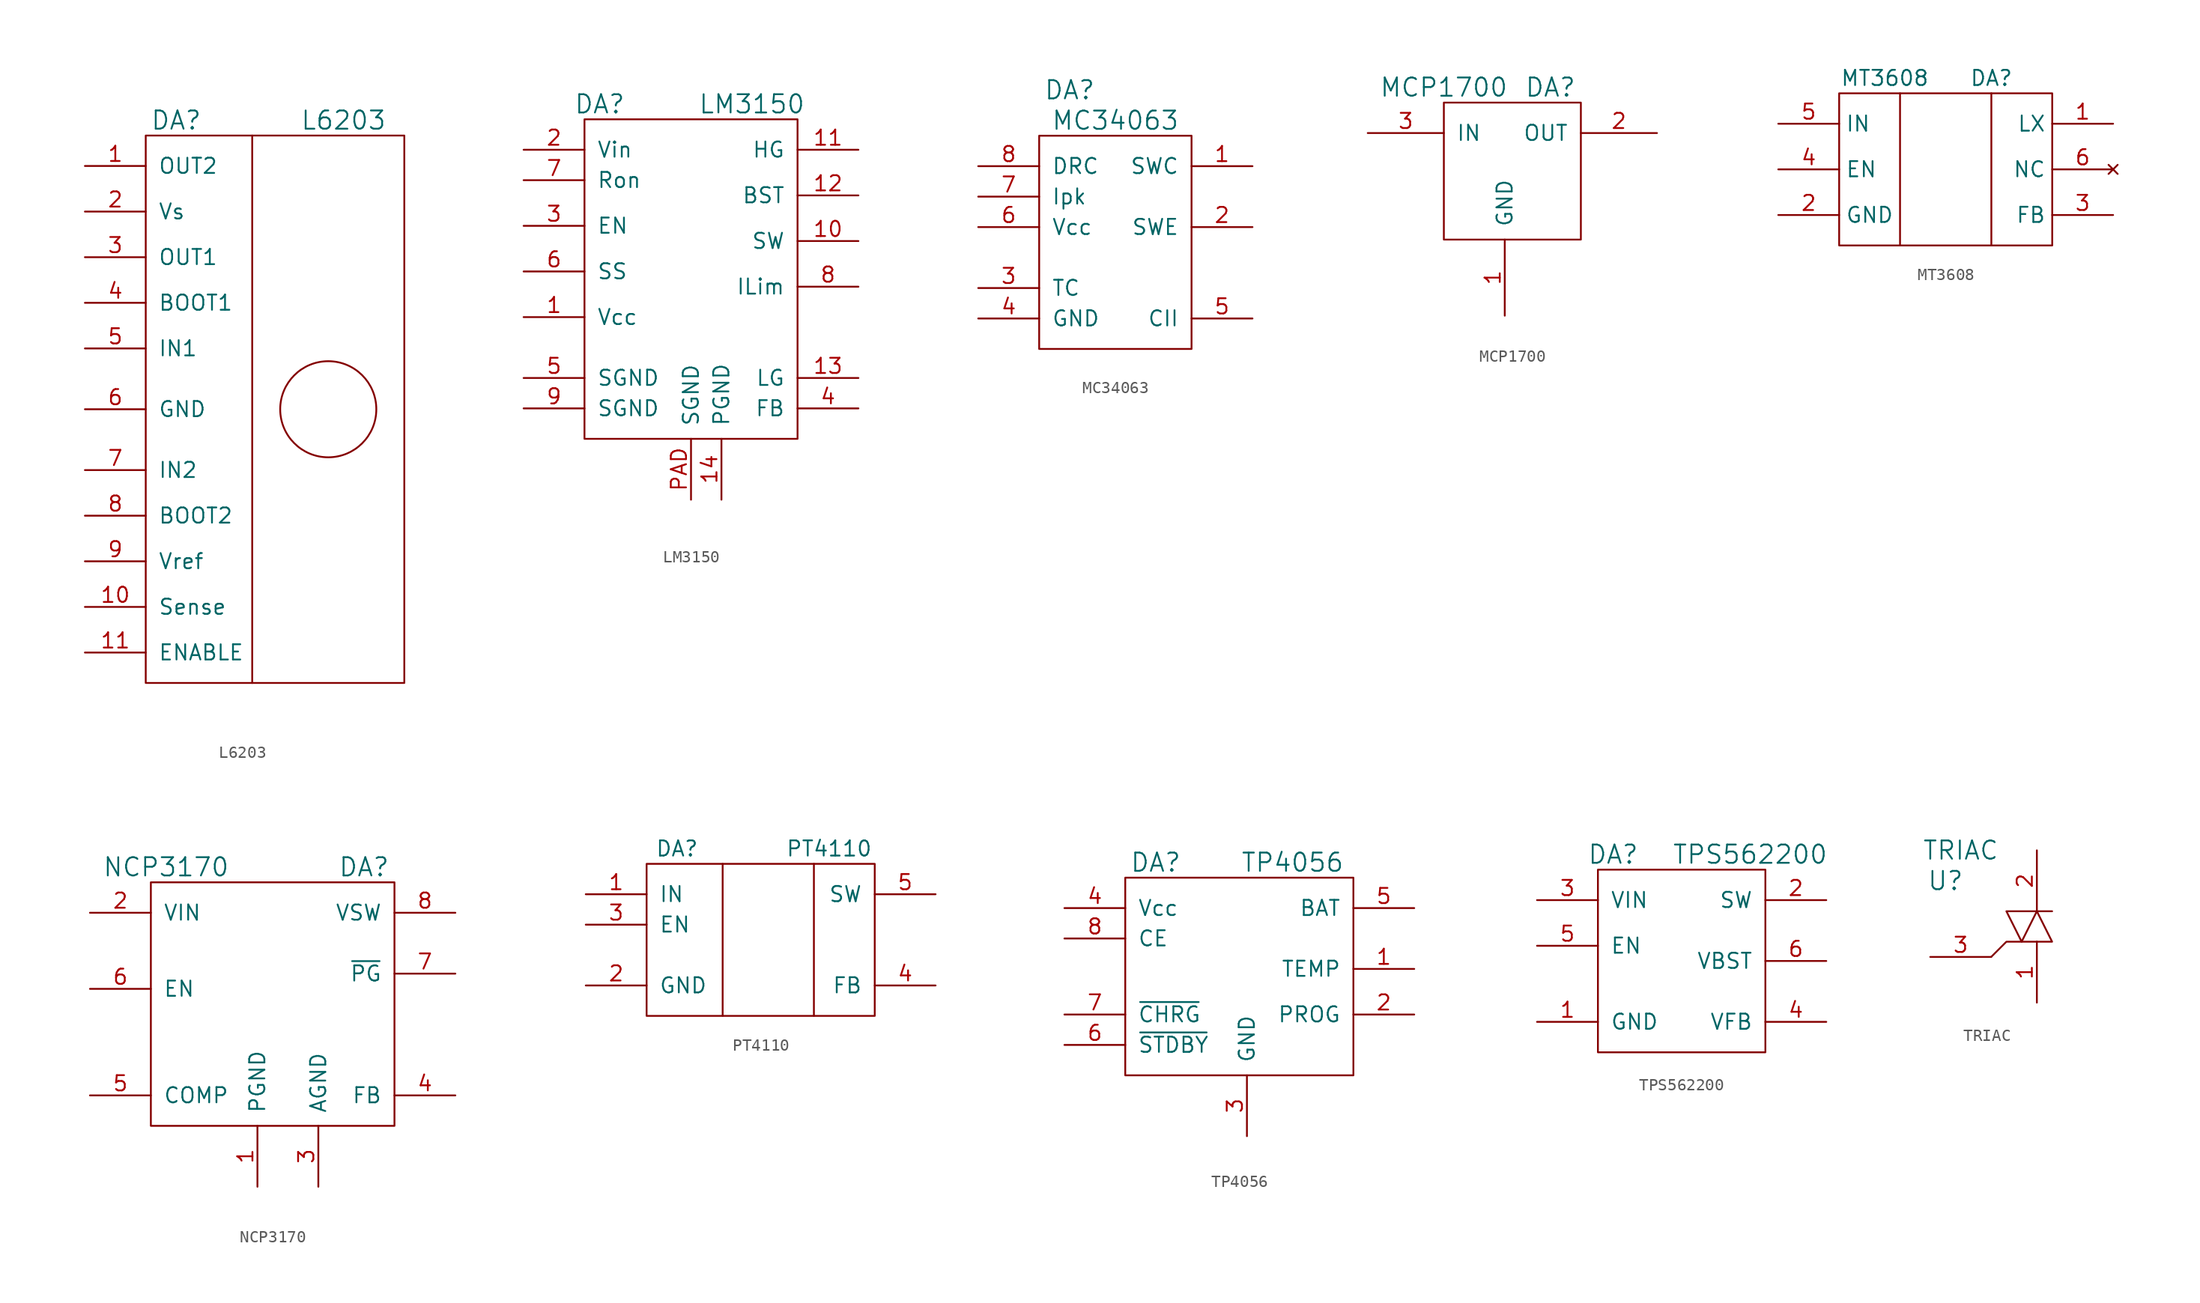
<source format=kicad_sym>
(kicad_symbol_lib
  (version 20231120)
  (generator "kicad_symbol_editor")
  (generator_version "8.0")
  (symbol "L6203"
    (pin_names
      (offset 1.016))
    (property "Reference" "DA"
      (at -5.08 15.24 0)
      (effects (font (size 1.524 1.524))))
    (property "Value" "L6203"
      (at 8.89 15.24 0)
      (effects (font (size 1.524 1.524))))
    (symbol "L6203_0_1"
      (rectangle (start -7.62 13.97) (end 13.97 -31.75) (stroke (width 0) (type default)) (fill (type none)))
      (polyline (pts (xy 1.27 -31.75) (xy 1.27 13.97)) (stroke (width 0) (type default)) (fill (type none)))
      (circle (center 7.62 -8.89) (radius 4.013) (stroke (width 0) (type default)) (fill (type none))))
    (symbol "L6203_1_1"
      (pin passive line (at -12.7 11.43 0) (length 5.08) (name "OUT2" (effects (font (size 1.27 1.27)))) (number "1" (effects (font (size 1.27 1.27)))))
      (pin passive line (at -12.7 -25.4 0) (length 5.08) (name "Sense" (effects (font (size 1.27 1.27)))) (number "10" (effects (font (size 1.27 1.27)))))
      (pin passive line (at -12.7 -29.21 0) (length 5.08) (name "ENABLE" (effects (font (size 1.27 1.27)))) (number "11" (effects (font (size 1.27 1.27)))))
      (pin passive line (at -12.7 7.62 0) (length 5.08) (name "Vs" (effects (font (size 1.27 1.27)))) (number "2" (effects (font (size 1.27 1.27)))))
      (pin passive line (at -12.7 3.81 0) (length 5.08) (name "OUT1" (effects (font (size 1.27 1.27)))) (number "3" (effects (font (size 1.27 1.27)))))
      (pin passive line (at -12.7 0 0) (length 5.08) (name "BOOT1" (effects (font (size 1.27 1.27)))) (number "4" (effects (font (size 1.27 1.27)))))
      (pin passive line (at -12.7 -3.81 0) (length 5.08) (name "IN1" (effects (font (size 1.27 1.27)))) (number "5" (effects (font (size 1.27 1.27)))))
      (pin passive line (at -12.7 -8.89 0) (length 5.08) (name "GND" (effects (font (size 1.27 1.27)))) (number "6" (effects (font (size 1.27 1.27)))))
      (pin passive line (at -12.7 -13.97 0) (length 5.08) (name "IN2" (effects (font (size 1.27 1.27)))) (number "7" (effects (font (size 1.27 1.27)))))
      (pin passive line (at -12.7 -17.78 0) (length 5.08) (name "BOOT2" (effects (font (size 1.27 1.27)))) (number "8" (effects (font (size 1.27 1.27)))))
      (pin passive line (at -12.7 -21.59 0) (length 5.08) (name "Vref" (effects (font (size 1.27 1.27)))) (number "9" (effects (font (size 1.27 1.27)))))))
  (symbol "LM3150"
    (pin_names
      (offset 1.016))
    (property "Reference" "DA"
      (at -7.62 13.97 0)
      (effects (font (size 1.524 1.524))))
    (property "Value" "LM3150"
      (at 5.08 13.97 0)
      (effects (font (size 1.524 1.524))))
    (property "Datasheet" ""
      (at -1.27 2.54 0)
      (effects (font (size 1.524 1.524))))
    (symbol "LM3150_0_1"
      (rectangle (start -8.89 12.7) (end 8.89 -13.97) (stroke (width 0) (type default)) (fill (type none))))
    (symbol "LM3150_1_1"
      (pin passive line (at -13.97 -3.81 0) (length 5.08) (name "Vcc" (effects (font (size 1.27 1.27)))) (number "1" (effects (font (size 1.27 1.27)))))
      (pin passive line (at 13.97 2.54 180) (length 5.08) (name "SW" (effects (font (size 1.27 1.27)))) (number "10" (effects (font (size 1.27 1.27)))))
      (pin passive line (at 13.97 10.16 180) (length 5.08) (name "HG" (effects (font (size 1.27 1.27)))) (number "11" (effects (font (size 1.27 1.27)))))
      (pin passive line (at 13.97 6.35 180) (length 5.08) (name "BST" (effects (font (size 1.27 1.27)))) (number "12" (effects (font (size 1.27 1.27)))))
      (pin passive line (at 13.97 -8.89 180) (length 5.08) (name "LG" (effects (font (size 1.27 1.27)))) (number "13" (effects (font (size 1.27 1.27)))))
      (pin passive line (at 2.54 -19.05 90) (length 5.08) (name "PGND" (effects (font (size 1.27 1.27)))) (number "14" (effects (font (size 1.27 1.27)))))
      (pin passive line (at -13.97 10.16 0) (length 5.08) (name "Vin" (effects (font (size 1.27 1.27)))) (number "2" (effects (font (size 1.27 1.27)))))
      (pin passive line (at -13.97 3.81 0) (length 5.08) (name "EN" (effects (font (size 1.27 1.27)))) (number "3" (effects (font (size 1.27 1.27)))))
      (pin passive line (at 13.97 -11.43 180) (length 5.08) (name "FB" (effects (font (size 1.27 1.27)))) (number "4" (effects (font (size 1.27 1.27)))))
      (pin passive line (at -13.97 -8.89 0) (length 5.08) (name "SGND" (effects (font (size 1.27 1.27)))) (number "5" (effects (font (size 1.27 1.27)))))
      (pin passive line (at -13.97 0 0) (length 5.08) (name "SS" (effects (font (size 1.27 1.27)))) (number "6" (effects (font (size 1.27 1.27)))))
      (pin passive line (at -13.97 7.62 0) (length 5.08) (name "Ron" (effects (font (size 1.27 1.27)))) (number "7" (effects (font (size 1.27 1.27)))))
      (pin passive line (at 13.97 -1.27 180) (length 5.08) (name "ILim" (effects (font (size 1.27 1.27)))) (number "8" (effects (font (size 1.27 1.27)))))
      (pin passive line (at -13.97 -11.43 0) (length 5.08) (name "SGND" (effects (font (size 1.27 1.27)))) (number "9" (effects (font (size 1.27 1.27)))))
      (pin passive line (at 0 -19.05 90) (length 5.08) (name "SGND" (effects (font (size 1.27 1.27)))) (number "PAD" (effects (font (size 1.27 1.27)))))))
  (symbol "MC34063"
    (pin_names
      (offset 1.016))
    (property "Reference" "DA"
      (at -3.81 12.7 0)
      (effects (font (size 1.524 1.524))))
    (property "Value" "MC34063"
      (at 0 10.16 0)
      (effects (font (size 1.524 1.524))))
    (property "Footprint" ""
      (at 0 0 0)
      (effects (font (size 1.524 1.524))))
    (property "Datasheet" ""
      (at 0 0 0)
      (effects (font (size 1.524 1.524))))
    (symbol "MC34063_0_1"
      (rectangle (start -6.35 8.89) (end 6.35 -8.89) (stroke (width 0) (type default)) (fill (type none))))
    (symbol "MC34063_1_1"
      (pin passive line (at 11.43 6.35 180) (length 5.08) (name "SWC" (effects (font (size 1.27 1.27)))) (number "1" (effects (font (size 1.27 1.27)))))
      (pin passive line (at 11.43 1.27 180) (length 5.08) (name "SWE" (effects (font (size 1.27 1.27)))) (number "2" (effects (font (size 1.27 1.27)))))
      (pin passive line (at -11.43 -3.81 0) (length 5.08) (name "TC" (effects (font (size 1.27 1.27)))) (number "3" (effects (font (size 1.27 1.27)))))
      (pin power_in line (at -11.43 -6.35 0) (length 5.08) (name "GND" (effects (font (size 1.27 1.27)))) (number "4" (effects (font (size 1.27 1.27)))))
      (pin passive line (at 11.43 -6.35 180) (length 5.08) (name "CII" (effects (font (size 1.27 1.27)))) (number "5" (effects (font (size 1.27 1.27)))))
      (pin power_in line (at -11.43 1.27 0) (length 5.08) (name "Vcc" (effects (font (size 1.27 1.27)))) (number "6" (effects (font (size 1.27 1.27)))))
      (pin passive line (at -11.43 3.81 0) (length 5.08) (name "Ipk" (effects (font (size 1.27 1.27)))) (number "7" (effects (font (size 1.27 1.27)))))
      (pin passive line (at -11.43 6.35 0) (length 5.08) (name "DRC" (effects (font (size 1.27 1.27)))) (number "8" (effects (font (size 1.27 1.27)))))))
  (symbol "MCP1700"
    (pin_names
      (offset 1.016))
    (property "Reference" "DA"
      (at 3.81 7.62 0)
      (effects (font (size 1.524 1.524))))
    (property "Value" "MCP1700"
      (at -5.08 7.62 0)
      (effects (font (size 1.524 1.524))))
    (symbol "MCP1700_0_1"
      (rectangle (start -5.08 6.35) (end 6.35 -5.08) (stroke (width 0) (type default)) (fill (type none))))
    (symbol "MCP1700_1_1"
      (pin passive line (at 0 -11.43 90) (length 6.35) (name "GND" (effects (font (size 1.27 1.27)))) (number "1" (effects (font (size 1.27 1.27)))))
      (pin power_out line (at 12.7 3.81 180) (length 6.35) (name "OUT" (effects (font (size 1.27 1.27)))) (number "2" (effects (font (size 1.27 1.27)))))
      (pin power_in line (at -11.43 3.81 0) (length 6.35) (name "IN" (effects (font (size 1.27 1.27)))) (number "3" (effects (font (size 1.27 1.27)))))))
  (symbol "MT3608"
    (property "Reference" "DA"
      (at 3.81 7.62 0)
      (effects (font (size 1.27 1.27))))
    (property "Value" "MT3608"
      (at -5.08 7.62 0)
      (effects (font (size 1.27 1.27))))
    (symbol "MT3608_0_1"
      (rectangle (start -8.89 6.35) (end 8.89 -6.35) (stroke (width 0) (type default)) (fill (type none)))
      (polyline (pts (xy -3.81 -6.35) (xy -3.81 6.35)) (stroke (width 0) (type default)) (fill (type none)))
      (polyline (pts (xy 3.81 -6.35) (xy 3.81 6.35)) (stroke (width 0) (type default)) (fill (type none))))
    (symbol "MT3608_1_1"
      (pin passive line (at 13.97 3.81 180) (length 5.08) (name "LX" (effects (font (size 1.27 1.27)))) (number "1" (effects (font (size 1.27 1.27)))))
      (pin passive line (at -13.97 -3.81 0) (length 5.08) (name "GND" (effects (font (size 1.27 1.27)))) (number "2" (effects (font (size 1.27 1.27)))))
      (pin passive line (at 13.97 -3.81 180) (length 5.08) (name "FB" (effects (font (size 1.27 1.27)))) (number "3" (effects (font (size 1.27 1.27)))))
      (pin passive line (at -13.97 0 0) (length 5.08) (name "EN" (effects (font (size 1.27 1.27)))) (number "4" (effects (font (size 1.27 1.27)))))
      (pin passive line (at -13.97 3.81 0) (length 5.08) (name "IN" (effects (font (size 1.27 1.27)))) (number "5" (effects (font (size 1.27 1.27)))))
      (pin no_connect line (at 13.97 0 180) (length 5.08) (name "NC" (effects (font (size 1.27 1.27)))) (number "6" (effects (font (size 1.27 1.27)))))))
  (symbol "NCP3170"
    (pin_names
      (offset 1.016))
    (property "Reference" "DA"
      (at 6.35 8.89 0)
      (effects (font (size 1.524 1.524))))
    (property "Value" "NCP3170"
      (at -10.16 8.89 0)
      (effects (font (size 1.524 1.524))))
    (property "Datasheet" ""
      (at 1.27 -1.27 0)
      (effects (font (size 1.524 1.524))))
    (symbol "NCP3170_0_1"
      (rectangle (start -11.43 7.62) (end 8.89 -12.7) (stroke (width 0) (type default)) (fill (type none))))
    (symbol "NCP3170_1_1"
      (pin power_in line (at -2.54 -17.78 90) (length 5.08) (name "PGND" (effects (font (size 1.27 1.27)))) (number "1" (effects (font (size 1.27 1.27)))))
      (pin power_in line (at -16.51 5.08 0) (length 5.08) (name "VIN" (effects (font (size 1.27 1.27)))) (number "2" (effects (font (size 1.27 1.27)))))
      (pin power_in line (at 2.54 -17.78 90) (length 5.08) (name "AGND" (effects (font (size 1.27 1.27)))) (number "3" (effects (font (size 1.27 1.27)))))
      (pin passive line (at 13.97 -10.16 180) (length 5.08) (name "FB" (effects (font (size 1.27 1.27)))) (number "4" (effects (font (size 1.27 1.27)))))
      (pin passive line (at -16.51 -10.16 0) (length 5.08) (name "COMP" (effects (font (size 1.27 1.27)))) (number "5" (effects (font (size 1.27 1.27)))))
      (pin passive line (at -16.51 -1.27 0) (length 5.08) (name "EN" (effects (font (size 1.27 1.27)))) (number "6" (effects (font (size 1.27 1.27)))))
      (pin passive line (at 13.97 0 180) (length 5.08) (name "~{PG}" (effects (font (size 1.27 1.27)))) (number "7" (effects (font (size 1.27 1.27)))))
      (pin passive line (at 13.97 5.08 180) (length 5.08) (name "VSW" (effects (font (size 1.27 1.27)))) (number "8" (effects (font (size 1.27 1.27)))))))
  (symbol "PT4110"
    (pin_names
      (offset 1.016))
    (property "Reference" "DA"
      (at -7.62 7.62 0)
      (effects (font (size 1.27 1.27))))
    (property "Value" "PT4110"
      (at 5.08 7.62 0)
      (effects (font (size 1.27 1.27))))
    (symbol "PT4110_0_1"
      (rectangle (start -10.16 6.35) (end 8.89 -6.35) (stroke (width 0) (type default)) (fill (type none)))
      (polyline (pts (xy -3.81 -6.35) (xy -3.81 6.35)) (stroke (width 0) (type default)) (fill (type none)))
      (polyline (pts (xy 3.81 -6.35) (xy 3.81 6.35)) (stroke (width 0) (type default)) (fill (type none))))
    (symbol "PT4110_1_1"
      (pin power_in line (at -15.24 3.81 0) (length 5.08) (name "IN" (effects (font (size 1.27 1.27)))) (number "1" (effects (font (size 1.27 1.27)))))
      (pin power_in line (at -15.24 -3.81 0) (length 5.08) (name "GND" (effects (font (size 1.27 1.27)))) (number "2" (effects (font (size 1.27 1.27)))))
      (pin passive line (at -15.24 1.27 0) (length 5.08) (name "EN" (effects (font (size 1.27 1.27)))) (number "3" (effects (font (size 1.27 1.27)))))
      (pin passive line (at 13.97 -3.81 180) (length 5.08) (name "FB" (effects (font (size 1.27 1.27)))) (number "4" (effects (font (size 1.27 1.27)))))
      (pin passive line (at 13.97 3.81 180) (length 5.08) (name "SW" (effects (font (size 1.27 1.27)))) (number "5" (effects (font (size 1.27 1.27)))))))
  (symbol "TP4056"
    (pin_names
      (offset 1.016))
    (property "Reference" "DA"
      (at -7.62 10.16 0)
      (effects (font (size 1.524 1.524))))
    (property "Value" "TP4056"
      (at 3.81 10.16 0)
      (effects (font (size 1.524 1.524))))
    (symbol "TP4056_0_1"
      (rectangle (start -10.16 8.89) (end 8.89 -7.62) (stroke (width 0) (type default)) (fill (type none))))
    (symbol "TP4056_1_1"
      (pin passive line (at 13.97 1.27 180) (length 5.08) (name "TEMP" (effects (font (size 1.27 1.27)))) (number "1" (effects (font (size 1.27 1.27)))))
      (pin passive line (at 13.97 -2.54 180) (length 5.08) (name "PROG" (effects (font (size 1.27 1.27)))) (number "2" (effects (font (size 1.27 1.27)))))
      (pin power_in line (at 0 -12.7 90) (length 5.08) (name "GND" (effects (font (size 1.27 1.27)))) (number "3" (effects (font (size 1.27 1.27)))))
      (pin power_in line (at -15.24 6.35 0) (length 5.08) (name "Vcc" (effects (font (size 1.27 1.27)))) (number "4" (effects (font (size 1.27 1.27)))))
      (pin passive line (at 13.97 6.35 180) (length 5.08) (name "BAT" (effects (font (size 1.27 1.27)))) (number "5" (effects (font (size 1.27 1.27)))))
      (pin passive line (at -15.24 -5.08 0) (length 5.08) (name "~{STDBY}" (effects (font (size 1.27 1.27)))) (number "6" (effects (font (size 1.27 1.27)))))
      (pin passive line (at -15.24 -2.54 0) (length 5.08) (name "~{CHRG}" (effects (font (size 1.27 1.27)))) (number "7" (effects (font (size 1.27 1.27)))))
      (pin passive line (at -15.24 3.81 0) (length 5.08) (name "CE" (effects (font (size 1.27 1.27)))) (number "8" (effects (font (size 1.27 1.27)))))))
  (symbol "TPS562200"
    (pin_names
      (offset 1.016))
    (property "Reference" "DA"
      (at -6.35 10.16 0)
      (effects (font (size 1.524 1.524))))
    (property "Value" "TPS562200"
      (at 5.08 10.16 0)
      (effects (font (size 1.524 1.524))))
    (property "Footprint" ""
      (at 0 -2.54 0)
      (effects (font (size 1.524 1.524))))
    (property "Datasheet" ""
      (at 0 -2.54 0)
      (effects (font (size 1.524 1.524))))
    (symbol "TPS562200_0_1"
      (rectangle (start -7.62 8.89) (end 6.35 -6.35) (stroke (width 0) (type default)) (fill (type none))))
    (symbol "TPS562200_1_1"
      (pin power_in line (at -12.7 -3.81 0) (length 5.08) (name "GND" (effects (font (size 1.27 1.27)))) (number "1" (effects (font (size 1.27 1.27)))))
      (pin passive line (at 11.43 6.35 180) (length 5.08) (name "SW" (effects (font (size 1.27 1.27)))) (number "2" (effects (font (size 1.27 1.27)))))
      (pin power_in line (at -12.7 6.35 0) (length 5.08) (name "VIN" (effects (font (size 1.27 1.27)))) (number "3" (effects (font (size 1.27 1.27)))))
      (pin passive line (at 11.43 -3.81 180) (length 5.08) (name "VFB" (effects (font (size 1.27 1.27)))) (number "4" (effects (font (size 1.27 1.27)))))
      (pin passive line (at -12.7 2.54 0) (length 5.08) (name "EN" (effects (font (size 1.27 1.27)))) (number "5" (effects (font (size 1.27 1.27)))))
      (pin passive line (at 11.43 1.27 180) (length 5.08) (name "VBST" (effects (font (size 1.27 1.27)))) (number "6" (effects (font (size 1.27 1.27)))))))
  (symbol "TRIAC"
    (pin_names
      (offset 1.016) hide)
    (property "Reference" "U"
      (at -7.62 3.81 0)
      (effects (font (size 1.524 1.524))))
    (property "Value" "TRIAC"
      (at -6.35 6.35 0)
      (effects (font (size 1.524 1.524))))
    (property "Footprint" ""
      (at 0 0 0)
      (effects (font (size 1.524 1.524))))
    (property "Datasheet" ""
      (at 0 0 0)
      (effects (font (size 1.524 1.524))))
    (symbol "TRIAC_0_1"
      (polyline (pts (xy 0 1.27) (xy 1.27 1.27)) (stroke (width 0) (type default)) (fill (type none)))
      (polyline (pts (xy 0 -1.27) (xy -2.54 -1.27) (xy -3.81 -2.54)) (stroke (width 0) (type default)) (fill (type none)))
      (polyline (pts (xy 0 1.27) (xy 1.27 -1.27) (xy 0 -1.27)) (stroke (width 0) (type default)) (fill (type none)))
      (polyline (pts (xy -1.27 -1.27) (xy -2.54 1.27) (xy 0 1.27) (xy -1.27 -1.27)) (stroke (width 0) (type default)) (fill (type none))))
    (symbol "TRIAC_1_1"
      (pin passive line (at 0 -6.35 90) (length 5.08) (name "A2" (effects (font (size 1.27 1.27)))) (number "1" (effects (font (size 1.27 1.27)))))
      (pin passive line (at 0 6.35 270) (length 5.08) (name "A1" (effects (font (size 1.27 1.27)))) (number "2" (effects (font (size 1.27 1.27)))))
      (pin passive line (at -8.89 -2.54 0) (length 5.08) (name "G" (effects (font (size 1.27 1.27)))) (number "3" (effects (font (size 1.27 1.27))))))))
</source>
